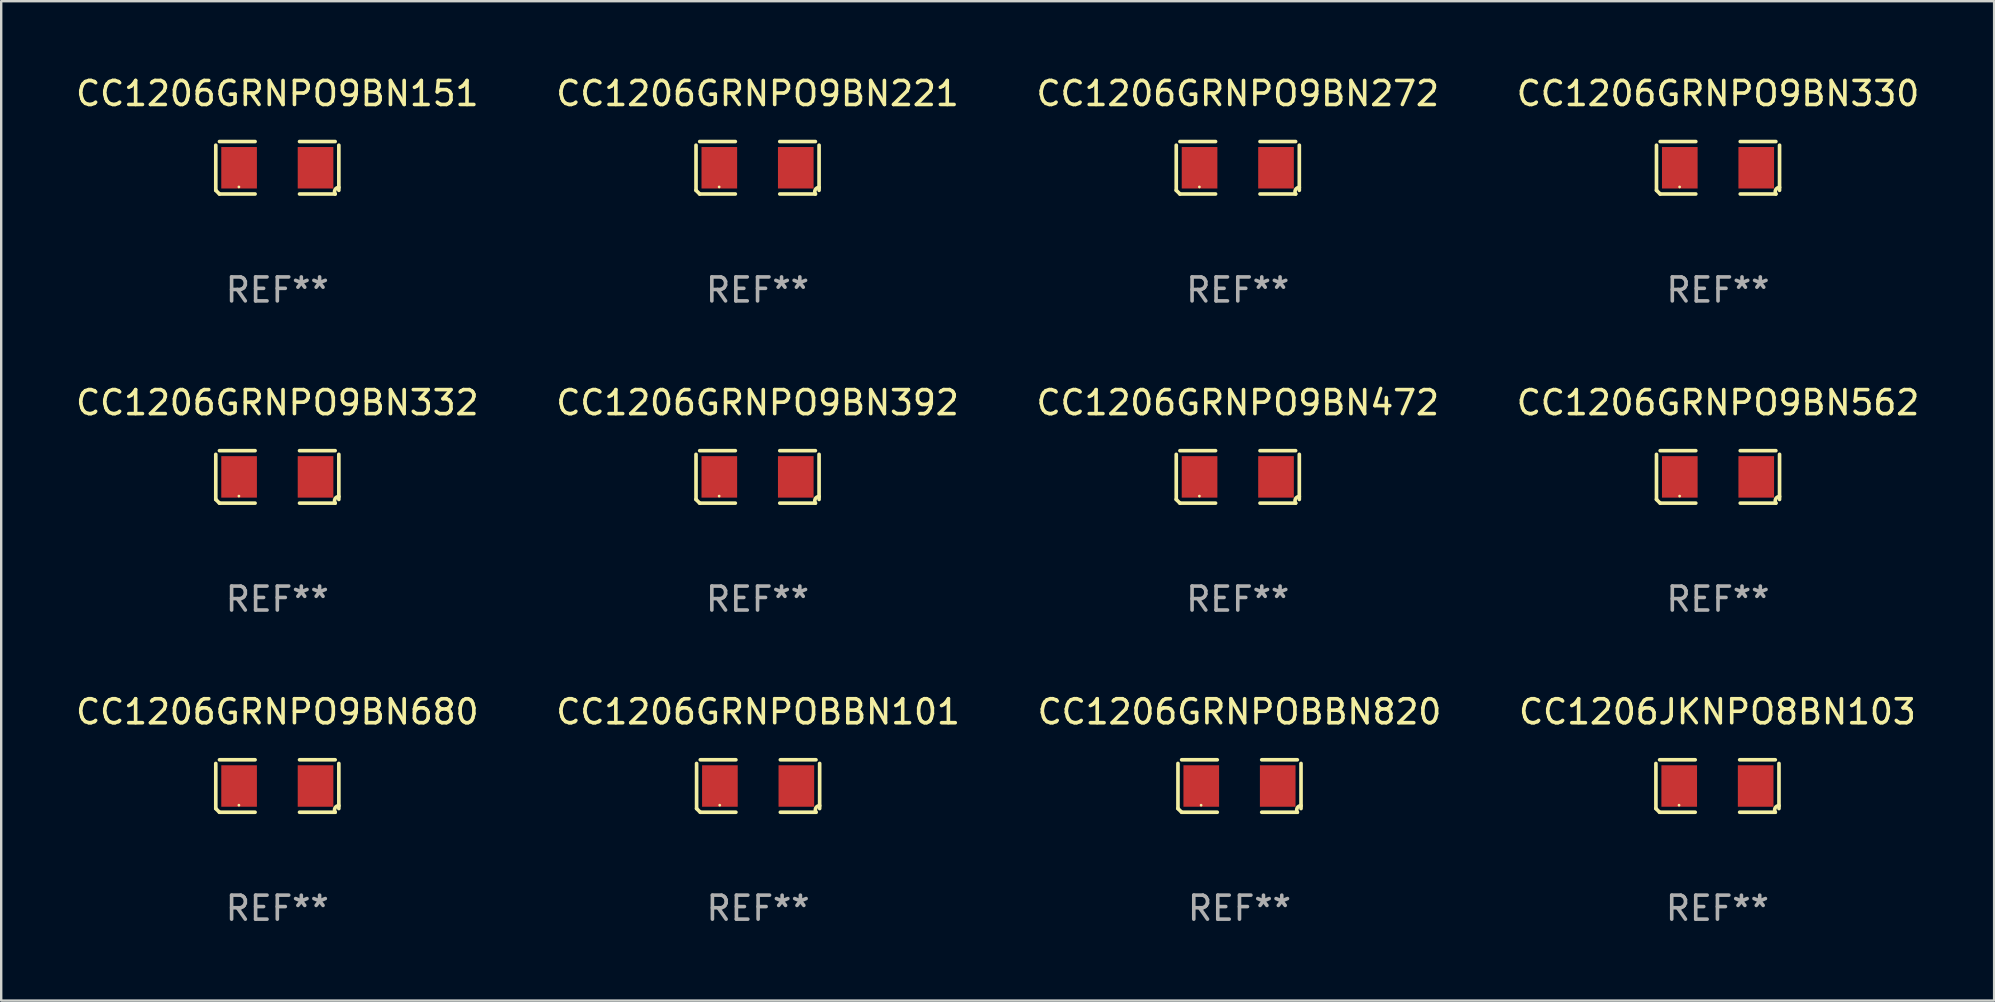
<source format=kicad_pcb>
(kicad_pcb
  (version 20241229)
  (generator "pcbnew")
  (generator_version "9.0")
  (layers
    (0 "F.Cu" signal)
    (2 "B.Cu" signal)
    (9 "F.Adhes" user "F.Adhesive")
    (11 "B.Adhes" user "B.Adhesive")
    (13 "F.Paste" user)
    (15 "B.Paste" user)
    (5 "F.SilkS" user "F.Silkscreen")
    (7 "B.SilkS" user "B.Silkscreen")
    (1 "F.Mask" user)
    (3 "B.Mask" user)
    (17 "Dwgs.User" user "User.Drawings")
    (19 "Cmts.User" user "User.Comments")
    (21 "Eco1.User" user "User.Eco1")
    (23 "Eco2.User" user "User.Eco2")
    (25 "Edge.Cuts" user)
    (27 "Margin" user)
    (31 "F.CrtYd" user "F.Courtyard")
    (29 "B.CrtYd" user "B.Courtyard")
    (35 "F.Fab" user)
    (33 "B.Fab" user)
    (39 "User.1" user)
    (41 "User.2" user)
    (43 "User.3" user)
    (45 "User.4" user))
  (footprint "CC1206GRNPOBBN101"
    (layer "F.Cu")
    (at 28.542 29.704)
    (property "Reference" "CC1206GRNPOBBN101" (at 0 -3.093 0) (layer "F.SilkS") (effects (font (size 1 1) (thickness 0.15))))
    (attr through_hole)
    (fp_line (start -2.564 0.94) (end -2.564 -0.94) (stroke (width 0.152) (type solid)) (layer "F.SilkS"))
    (fp_line (start -2.411 -1.093) (end -0.926 -1.093) (stroke (width 0.152) (type solid)) (layer "F.SilkS"))
    (fp_line (start -0.926 1.093) (end -2.411 1.093) (stroke (width 0.152) (type solid)) (layer "F.SilkS"))
    (fp_line (start 0.926 1.093) (end 2.411 1.093) (stroke (width 0.152) (type solid)) (layer "F.SilkS"))
    (fp_line (start 2.411 -1.093) (end 0.926 -1.093) (stroke (width 0.152) (type solid)) (layer "F.SilkS"))
    (fp_line (start 2.564 0.94) (end 2.564 -0.94) (stroke (width 0.152) (type solid)) (layer "F.SilkS"))
    (fp_arc (start -2.411201 1.092609) (mid -2.487413 1.01642) (end -2.563602 0.940208) (stroke (width 0.1524) (type solid)) (layer "F.SilkS"))
    (fp_arc (start 2.411201 1.092609) (mid 2.407159 0.911226) (end 2.563602 0.819347) (stroke (width 0.1524) (type solid)) (layer "F.SilkS"))
    (fp_circle (center -1.6 0.8) (end -1.57 0.8) (stroke (width 0.06) (type solid)) (fill no) (layer "F.SilkS"))
    (fp_text user "REF**" (at 0 5.093 0) (layer "F.Fab") (effects (font (size 1 1) (thickness 0.15))))
    (pad "1" smd rect (at -1.593 0) (size 1.485 1.728) (layers "F.Cu" "F.Mask" "F.Paste"))
    (pad "2" smd rect (at 1.593 0) (size 1.485 1.728) (layers "F.Cu" "F.Mask" "F.Paste")))
  (footprint "CC1206GRNPO9BN272"
    (layer "F.Cu")
    (at 48.53 3.941)
    (property "Reference" "CC1206GRNPO9BN272" (at 0 -3.093 0) (layer "F.SilkS") (effects (font (size 1 1) (thickness 0.15))))
    (attr through_hole)
    (fp_line (start -2.564 0.94) (end -2.564 -0.94) (stroke (width 0.152) (type solid)) (layer "F.SilkS"))
    (fp_line (start -2.411 -1.093) (end -0.926 -1.093) (stroke (width 0.152) (type solid)) (layer "F.SilkS"))
    (fp_line (start -0.926 1.093) (end -2.411 1.093) (stroke (width 0.152) (type solid)) (layer "F.SilkS"))
    (fp_line (start 0.926 1.093) (end 2.411 1.093) (stroke (width 0.152) (type solid)) (layer "F.SilkS"))
    (fp_line (start 2.411 -1.093) (end 0.926 -1.093) (stroke (width 0.152) (type solid)) (layer "F.SilkS"))
    (fp_line (start 2.564 0.94) (end 2.564 -0.94) (stroke (width 0.152) (type solid)) (layer "F.SilkS"))
    (fp_arc (start -2.411201 1.092609) (mid -2.487413 1.01642) (end -2.563602 0.940208) (stroke (width 0.1524) (type solid)) (layer "F.SilkS"))
    (fp_arc (start 2.411201 1.092609) (mid 2.407159 0.911226) (end 2.563602 0.819347) (stroke (width 0.1524) (type solid)) (layer "F.SilkS"))
    (fp_circle (center -1.6 0.8) (end -1.57 0.8) (stroke (width 0.06) (type solid)) (fill no) (layer "F.SilkS"))
    (fp_text user "REF**" (at 0 5.093 0) (layer "F.Fab") (effects (font (size 1 1) (thickness 0.15))))
    (pad "1" smd rect (at -1.593 0) (size 1.485 1.728) (layers "F.Cu" "F.Mask" "F.Paste"))
    (pad "2" smd rect (at 1.593 0) (size 1.485 1.728) (layers "F.Cu" "F.Mask" "F.Paste")))
  (footprint "CC1206GRNPO9BN221"
    (layer "F.Cu")
    (at 28.518 3.941)
    (property "Reference" "CC1206GRNPO9BN221" (at 0 -3.093 0) (layer "F.SilkS") (effects (font (size 1 1) (thickness 0.15))))
    (attr through_hole)
    (fp_line (start -2.564 0.94) (end -2.564 -0.94) (stroke (width 0.152) (type solid)) (layer "F.SilkS"))
    (fp_line (start -2.411 -1.093) (end -0.926 -1.093) (stroke (width 0.152) (type solid)) (layer "F.SilkS"))
    (fp_line (start -0.926 1.093) (end -2.411 1.093) (stroke (width 0.152) (type solid)) (layer "F.SilkS"))
    (fp_line (start 0.926 1.093) (end 2.411 1.093) (stroke (width 0.152) (type solid)) (layer "F.SilkS"))
    (fp_line (start 2.411 -1.093) (end 0.926 -1.093) (stroke (width 0.152) (type solid)) (layer "F.SilkS"))
    (fp_line (start 2.564 0.94) (end 2.564 -0.94) (stroke (width 0.152) (type solid)) (layer "F.SilkS"))
    (fp_arc (start -2.411201 1.092609) (mid -2.487413 1.01642) (end -2.563602 0.940208) (stroke (width 0.1524) (type solid)) (layer "F.SilkS"))
    (fp_arc (start 2.411201 1.092609) (mid 2.407159 0.911226) (end 2.563602 0.819347) (stroke (width 0.1524) (type solid)) (layer "F.SilkS"))
    (fp_circle (center -1.6 0.8) (end -1.57 0.8) (stroke (width 0.06) (type solid)) (fill no) (layer "F.SilkS"))
    (fp_text user "REF**" (at 0 5.093 0) (layer "F.Fab") (effects (font (size 1 1) (thickness 0.15))))
    (pad "1" smd rect (at -1.593 0) (size 1.485 1.728) (layers "F.Cu" "F.Mask" "F.Paste"))
    (pad "2" smd rect (at 1.593 0) (size 1.485 1.728) (layers "F.Cu" "F.Mask" "F.Paste")))
  (footprint "CC1206JKNPO8BN103"
    (layer "F.Cu")
    (at 68.518 29.704)
    (property "Reference" "CC1206JKNPO8BN103" (at 0 -3.093 0) (layer "F.SilkS") (effects (font (size 1 1) (thickness 0.15))))
    (attr through_hole)
    (fp_line (start -2.564 0.94) (end -2.564 -0.94) (stroke (width 0.152) (type solid)) (layer "F.SilkS"))
    (fp_line (start -2.411 -1.093) (end -0.926 -1.093) (stroke (width 0.152) (type solid)) (layer "F.SilkS"))
    (fp_line (start -0.926 1.093) (end -2.411 1.093) (stroke (width 0.152) (type solid)) (layer "F.SilkS"))
    (fp_line (start 0.926 1.093) (end 2.411 1.093) (stroke (width 0.152) (type solid)) (layer "F.SilkS"))
    (fp_line (start 2.411 -1.093) (end 0.926 -1.093) (stroke (width 0.152) (type solid)) (layer "F.SilkS"))
    (fp_line (start 2.564 0.94) (end 2.564 -0.94) (stroke (width 0.152) (type solid)) (layer "F.SilkS"))
    (fp_arc (start -2.411201 1.092609) (mid -2.487413 1.01642) (end -2.563602 0.940208) (stroke (width 0.1524) (type solid)) (layer "F.SilkS"))
    (fp_arc (start 2.411201 1.092609) (mid 2.407159 0.911226) (end 2.563602 0.819347) (stroke (width 0.1524) (type solid)) (layer "F.SilkS"))
    (fp_circle (center -1.6 0.8) (end -1.57 0.8) (stroke (width 0.06) (type solid)) (fill no) (layer "F.SilkS"))
    (fp_text user "REF**" (at 0 5.093 0) (layer "F.Fab") (effects (font (size 1 1) (thickness 0.15))))
    (pad "1" smd rect (at -1.593 0) (size 1.485 1.728) (layers "F.Cu" "F.Mask" "F.Paste"))
    (pad "2" smd rect (at 1.593 0) (size 1.485 1.728) (layers "F.Cu" "F.Mask" "F.Paste")))
  (footprint "CC1206GRNPO9BN680"
    (layer "F.Cu")
    (at 8.506 29.704)
    (property "Reference" "CC1206GRNPO9BN680" (at 0 -3.093 0) (layer "F.SilkS") (effects (font (size 1 1) (thickness 0.15))))
    (attr through_hole)
    (fp_line (start -2.564 0.94) (end -2.564 -0.94) (stroke (width 0.152) (type solid)) (layer "F.SilkS"))
    (fp_line (start -2.411 -1.093) (end -0.926 -1.093) (stroke (width 0.152) (type solid)) (layer "F.SilkS"))
    (fp_line (start -0.926 1.093) (end -2.411 1.093) (stroke (width 0.152) (type solid)) (layer "F.SilkS"))
    (fp_line (start 0.926 1.093) (end 2.411 1.093) (stroke (width 0.152) (type solid)) (layer "F.SilkS"))
    (fp_line (start 2.411 -1.093) (end 0.926 -1.093) (stroke (width 0.152) (type solid)) (layer "F.SilkS"))
    (fp_line (start 2.564 0.94) (end 2.564 -0.94) (stroke (width 0.152) (type solid)) (layer "F.SilkS"))
    (fp_arc (start -2.411201 1.092609) (mid -2.487413 1.01642) (end -2.563602 0.940208) (stroke (width 0.1524) (type solid)) (layer "F.SilkS"))
    (fp_arc (start 2.411201 1.092609) (mid 2.407159 0.911226) (end 2.563602 0.819347) (stroke (width 0.1524) (type solid)) (layer "F.SilkS"))
    (fp_circle (center -1.6 0.8) (end -1.57 0.8) (stroke (width 0.06) (type solid)) (fill no) (layer "F.SilkS"))
    (fp_text user "REF**" (at 0 5.093 0) (layer "F.Fab") (effects (font (size 1 1) (thickness 0.15))))
    (pad "1" smd rect (at -1.593 0) (size 1.485 1.728) (layers "F.Cu" "F.Mask" "F.Paste"))
    (pad "2" smd rect (at 1.593 0) (size 1.485 1.728) (layers "F.Cu" "F.Mask" "F.Paste")))
  (footprint "CC1206GRNPO9BN472"
    (layer "F.Cu")
    (at 48.53 16.823)
    (property "Reference" "CC1206GRNPO9BN472" (at 0 -3.093 0) (layer "F.SilkS") (effects (font (size 1 1) (thickness 0.15))))
    (attr through_hole)
    (fp_line (start -2.564 0.94) (end -2.564 -0.94) (stroke (width 0.152) (type solid)) (layer "F.SilkS"))
    (fp_line (start -2.411 -1.093) (end -0.926 -1.093) (stroke (width 0.152) (type solid)) (layer "F.SilkS"))
    (fp_line (start -0.926 1.093) (end -2.411 1.093) (stroke (width 0.152) (type solid)) (layer "F.SilkS"))
    (fp_line (start 0.926 1.093) (end 2.411 1.093) (stroke (width 0.152) (type solid)) (layer "F.SilkS"))
    (fp_line (start 2.411 -1.093) (end 0.926 -1.093) (stroke (width 0.152) (type solid)) (layer "F.SilkS"))
    (fp_line (start 2.564 0.94) (end 2.564 -0.94) (stroke (width 0.152) (type solid)) (layer "F.SilkS"))
    (fp_arc (start -2.411201 1.092609) (mid -2.487413 1.01642) (end -2.563602 0.940208) (stroke (width 0.1524) (type solid)) (layer "F.SilkS"))
    (fp_arc (start 2.411201 1.092609) (mid 2.407159 0.911226) (end 2.563602 0.819347) (stroke (width 0.1524) (type solid)) (layer "F.SilkS"))
    (fp_circle (center -1.6 0.8) (end -1.57 0.8) (stroke (width 0.06) (type solid)) (fill no) (layer "F.SilkS"))
    (fp_text user "REF**" (at 0 5.093 0) (layer "F.Fab") (effects (font (size 1 1) (thickness 0.15))))
    (pad "1" smd rect (at -1.593 0) (size 1.485 1.728) (layers "F.Cu" "F.Mask" "F.Paste"))
    (pad "2" smd rect (at 1.593 0) (size 1.485 1.728) (layers "F.Cu" "F.Mask" "F.Paste")))
  (footprint "CC1206GRNPO9BN392"
    (layer "F.Cu")
    (at 28.518 16.823)
    (property "Reference" "CC1206GRNPO9BN392" (at 0 -3.093 0) (layer "F.SilkS") (effects (font (size 1 1) (thickness 0.15))))
    (attr through_hole)
    (fp_line (start -2.564 0.94) (end -2.564 -0.94) (stroke (width 0.152) (type solid)) (layer "F.SilkS"))
    (fp_line (start -2.411 -1.093) (end -0.926 -1.093) (stroke (width 0.152) (type solid)) (layer "F.SilkS"))
    (fp_line (start -0.926 1.093) (end -2.411 1.093) (stroke (width 0.152) (type solid)) (layer "F.SilkS"))
    (fp_line (start 0.926 1.093) (end 2.411 1.093) (stroke (width 0.152) (type solid)) (layer "F.SilkS"))
    (fp_line (start 2.411 -1.093) (end 0.926 -1.093) (stroke (width 0.152) (type solid)) (layer "F.SilkS"))
    (fp_line (start 2.564 0.94) (end 2.564 -0.94) (stroke (width 0.152) (type solid)) (layer "F.SilkS"))
    (fp_arc (start -2.411201 1.092609) (mid -2.487413 1.01642) (end -2.563602 0.940208) (stroke (width 0.1524) (type solid)) (layer "F.SilkS"))
    (fp_arc (start 2.411201 1.092609) (mid 2.407159 0.911226) (end 2.563602 0.819347) (stroke (width 0.1524) (type solid)) (layer "F.SilkS"))
    (fp_circle (center -1.6 0.8) (end -1.57 0.8) (stroke (width 0.06) (type solid)) (fill no) (layer "F.SilkS"))
    (fp_text user "REF**" (at 0 5.093 0) (layer "F.Fab") (effects (font (size 1 1) (thickness 0.15))))
    (pad "1" smd rect (at -1.593 0) (size 1.485 1.728) (layers "F.Cu" "F.Mask" "F.Paste"))
    (pad "2" smd rect (at 1.593 0) (size 1.485 1.728) (layers "F.Cu" "F.Mask" "F.Paste")))
  (footprint "CC1206GRNPO9BN332"
    (layer "F.Cu")
    (at 8.506 16.823)
    (property "Reference" "CC1206GRNPO9BN332" (at 0 -3.093 0) (layer "F.SilkS") (effects (font (size 1 1) (thickness 0.15))))
    (attr through_hole)
    (fp_line (start -2.564 0.94) (end -2.564 -0.94) (stroke (width 0.152) (type solid)) (layer "F.SilkS"))
    (fp_line (start -2.411 -1.093) (end -0.926 -1.093) (stroke (width 0.152) (type solid)) (layer "F.SilkS"))
    (fp_line (start -0.926 1.093) (end -2.411 1.093) (stroke (width 0.152) (type solid)) (layer "F.SilkS"))
    (fp_line (start 0.926 1.093) (end 2.411 1.093) (stroke (width 0.152) (type solid)) (layer "F.SilkS"))
    (fp_line (start 2.411 -1.093) (end 0.926 -1.093) (stroke (width 0.152) (type solid)) (layer "F.SilkS"))
    (fp_line (start 2.564 0.94) (end 2.564 -0.94) (stroke (width 0.152) (type solid)) (layer "F.SilkS"))
    (fp_arc (start -2.411201 1.092609) (mid -2.487413 1.01642) (end -2.563602 0.940208) (stroke (width 0.1524) (type solid)) (layer "F.SilkS"))
    (fp_arc (start 2.411201 1.092609) (mid 2.407159 0.911226) (end 2.563602 0.819347) (stroke (width 0.1524) (type solid)) (layer "F.SilkS"))
    (fp_circle (center -1.6 0.8) (end -1.57 0.8) (stroke (width 0.06) (type solid)) (fill no) (layer "F.SilkS"))
    (fp_text user "REF**" (at 0 5.093 0) (layer "F.Fab") (effects (font (size 1 1) (thickness 0.15))))
    (pad "1" smd rect (at -1.593 0) (size 1.485 1.728) (layers "F.Cu" "F.Mask" "F.Paste"))
    (pad "2" smd rect (at 1.593 0) (size 1.485 1.728) (layers "F.Cu" "F.Mask" "F.Paste")))
  (footprint "CC1206GRNPO9BN151"
    (layer "F.Cu")
    (at 8.506 3.941)
    (property "Reference" "CC1206GRNPO9BN151" (at 0 -3.093 0) (layer "F.SilkS") (effects (font (size 1 1) (thickness 0.15))))
    (attr through_hole)
    (fp_line (start -2.564 0.94) (end -2.564 -0.94) (stroke (width 0.152) (type solid)) (layer "F.SilkS"))
    (fp_line (start -2.411 -1.093) (end -0.926 -1.093) (stroke (width 0.152) (type solid)) (layer "F.SilkS"))
    (fp_line (start -0.926 1.093) (end -2.411 1.093) (stroke (width 0.152) (type solid)) (layer "F.SilkS"))
    (fp_line (start 0.926 1.093) (end 2.411 1.093) (stroke (width 0.152) (type solid)) (layer "F.SilkS"))
    (fp_line (start 2.411 -1.093) (end 0.926 -1.093) (stroke (width 0.152) (type solid)) (layer "F.SilkS"))
    (fp_line (start 2.564 0.94) (end 2.564 -0.94) (stroke (width 0.152) (type solid)) (layer "F.SilkS"))
    (fp_arc (start -2.411201 1.092609) (mid -2.487413 1.01642) (end -2.563602 0.940208) (stroke (width 0.1524) (type solid)) (layer "F.SilkS"))
    (fp_arc (start 2.411201 1.092609) (mid 2.407159 0.911226) (end 2.563602 0.819347) (stroke (width 0.1524) (type solid)) (layer "F.SilkS"))
    (fp_circle (center -1.6 0.8) (end -1.57 0.8) (stroke (width 0.06) (type solid)) (fill no) (layer "F.SilkS"))
    (fp_text user "REF**" (at 0 5.093 0) (layer "F.Fab") (effects (font (size 1 1) (thickness 0.15))))
    (pad "1" smd rect (at -1.593 0) (size 1.485 1.728) (layers "F.Cu" "F.Mask" "F.Paste"))
    (pad "2" smd rect (at 1.593 0) (size 1.485 1.728) (layers "F.Cu" "F.Mask" "F.Paste")))
  (footprint "CC1206GRNPO9BN562"
    (layer "F.Cu")
    (at 68.542 16.823)
    (property "Reference" "CC1206GRNPO9BN562" (at 0 -3.093 0) (layer "F.SilkS") (effects (font (size 1 1) (thickness 0.15))))
    (attr through_hole)
    (fp_line (start -2.564 0.94) (end -2.564 -0.94) (stroke (width 0.152) (type solid)) (layer "F.SilkS"))
    (fp_line (start -2.411 -1.093) (end -0.926 -1.093) (stroke (width 0.152) (type solid)) (layer "F.SilkS"))
    (fp_line (start -0.926 1.093) (end -2.411 1.093) (stroke (width 0.152) (type solid)) (layer "F.SilkS"))
    (fp_line (start 0.926 1.093) (end 2.411 1.093) (stroke (width 0.152) (type solid)) (layer "F.SilkS"))
    (fp_line (start 2.411 -1.093) (end 0.926 -1.093) (stroke (width 0.152) (type solid)) (layer "F.SilkS"))
    (fp_line (start 2.564 0.94) (end 2.564 -0.94) (stroke (width 0.152) (type solid)) (layer "F.SilkS"))
    (fp_arc (start -2.411201 1.092609) (mid -2.487413 1.01642) (end -2.563602 0.940208) (stroke (width 0.1524) (type solid)) (layer "F.SilkS"))
    (fp_arc (start 2.411201 1.092609) (mid 2.407159 0.911226) (end 2.563602 0.819347) (stroke (width 0.1524) (type solid)) (layer "F.SilkS"))
    (fp_circle (center -1.6 0.8) (end -1.57 0.8) (stroke (width 0.06) (type solid)) (fill no) (layer "F.SilkS"))
    (fp_text user "REF**" (at 0 5.093 0) (layer "F.Fab") (effects (font (size 1 1) (thickness 0.15))))
    (pad "1" smd rect (at -1.593 0) (size 1.485 1.728) (layers "F.Cu" "F.Mask" "F.Paste"))
    (pad "2" smd rect (at 1.593 0) (size 1.485 1.728) (layers "F.Cu" "F.Mask" "F.Paste")))
  (footprint "CC1206GRNPOBBN820"
    (layer "F.Cu")
    (at 48.601 29.704)
    (property "Reference" "CC1206GRNPOBBN820" (at 0 -3.093 0) (layer "F.SilkS") (effects (font (size 1 1) (thickness 0.15))))
    (attr through_hole)
    (fp_line (start -2.564 0.94) (end -2.564 -0.94) (stroke (width 0.152) (type solid)) (layer "F.SilkS"))
    (fp_line (start -2.411 -1.093) (end -0.926 -1.093) (stroke (width 0.152) (type solid)) (layer "F.SilkS"))
    (fp_line (start -0.926 1.093) (end -2.411 1.093) (stroke (width 0.152) (type solid)) (layer "F.SilkS"))
    (fp_line (start 0.926 1.093) (end 2.411 1.093) (stroke (width 0.152) (type solid)) (layer "F.SilkS"))
    (fp_line (start 2.411 -1.093) (end 0.926 -1.093) (stroke (width 0.152) (type solid)) (layer "F.SilkS"))
    (fp_line (start 2.564 0.94) (end 2.564 -0.94) (stroke (width 0.152) (type solid)) (layer "F.SilkS"))
    (fp_arc (start -2.411201 1.092609) (mid -2.487413 1.01642) (end -2.563602 0.940208) (stroke (width 0.1524) (type solid)) (layer "F.SilkS"))
    (fp_arc (start 2.411201 1.092609) (mid 2.407159 0.911226) (end 2.563602 0.819347) (stroke (width 0.1524) (type solid)) (layer "F.SilkS"))
    (fp_circle (center -1.6 0.8) (end -1.57 0.8) (stroke (width 0.06) (type solid)) (fill no) (layer "F.SilkS"))
    (fp_text user "REF**" (at 0 5.093 0) (layer "F.Fab") (effects (font (size 1 1) (thickness 0.15))))
    (pad "1" smd rect (at -1.593 0) (size 1.485 1.728) (layers "F.Cu" "F.Mask" "F.Paste"))
    (pad "2" smd rect (at 1.593 0) (size 1.485 1.728) (layers "F.Cu" "F.Mask" "F.Paste")))
  (footprint "CC1206GRNPO9BN330"
    (layer "F.Cu")
    (at 68.542 3.941)
    (property "Reference" "CC1206GRNPO9BN330" (at 0 -3.093 0) (layer "F.SilkS") (effects (font (size 1 1) (thickness 0.15))))
    (attr through_hole)
    (fp_line (start -2.564 0.94) (end -2.564 -0.94) (stroke (width 0.152) (type solid)) (layer "F.SilkS"))
    (fp_line (start -2.411 -1.093) (end -0.926 -1.093) (stroke (width 0.152) (type solid)) (layer "F.SilkS"))
    (fp_line (start -0.926 1.093) (end -2.411 1.093) (stroke (width 0.152) (type solid)) (layer "F.SilkS"))
    (fp_line (start 0.926 1.093) (end 2.411 1.093) (stroke (width 0.152) (type solid)) (layer "F.SilkS"))
    (fp_line (start 2.411 -1.093) (end 0.926 -1.093) (stroke (width 0.152) (type solid)) (layer "F.SilkS"))
    (fp_line (start 2.564 0.94) (end 2.564 -0.94) (stroke (width 0.152) (type solid)) (layer "F.SilkS"))
    (fp_arc (start -2.411201 1.092609) (mid -2.487413 1.01642) (end -2.563602 0.940208) (stroke (width 0.1524) (type solid)) (layer "F.SilkS"))
    (fp_arc (start 2.411201 1.092609) (mid 2.407159 0.911226) (end 2.563602 0.819347) (stroke (width 0.1524) (type solid)) (layer "F.SilkS"))
    (fp_circle (center -1.6 0.8) (end -1.57 0.8) (stroke (width 0.06) (type solid)) (fill no) (layer "F.SilkS"))
    (fp_text user "REF**" (at 0 5.093 0) (layer "F.Fab") (effects (font (size 1 1) (thickness 0.15))))
    (pad "1" smd rect (at -1.593 0) (size 1.485 1.728) (layers "F.Cu" "F.Mask" "F.Paste"))
    (pad "2" smd rect (at 1.593 0) (size 1.485 1.728) (layers "F.Cu" "F.Mask" "F.Paste")))
  (gr_rect
    (start -3 -3)
    (end 80.048 38.645)
    (stroke (width 0.1) (type default))
    (fill no)
    (layer "Edge.Cuts")))
</source>
